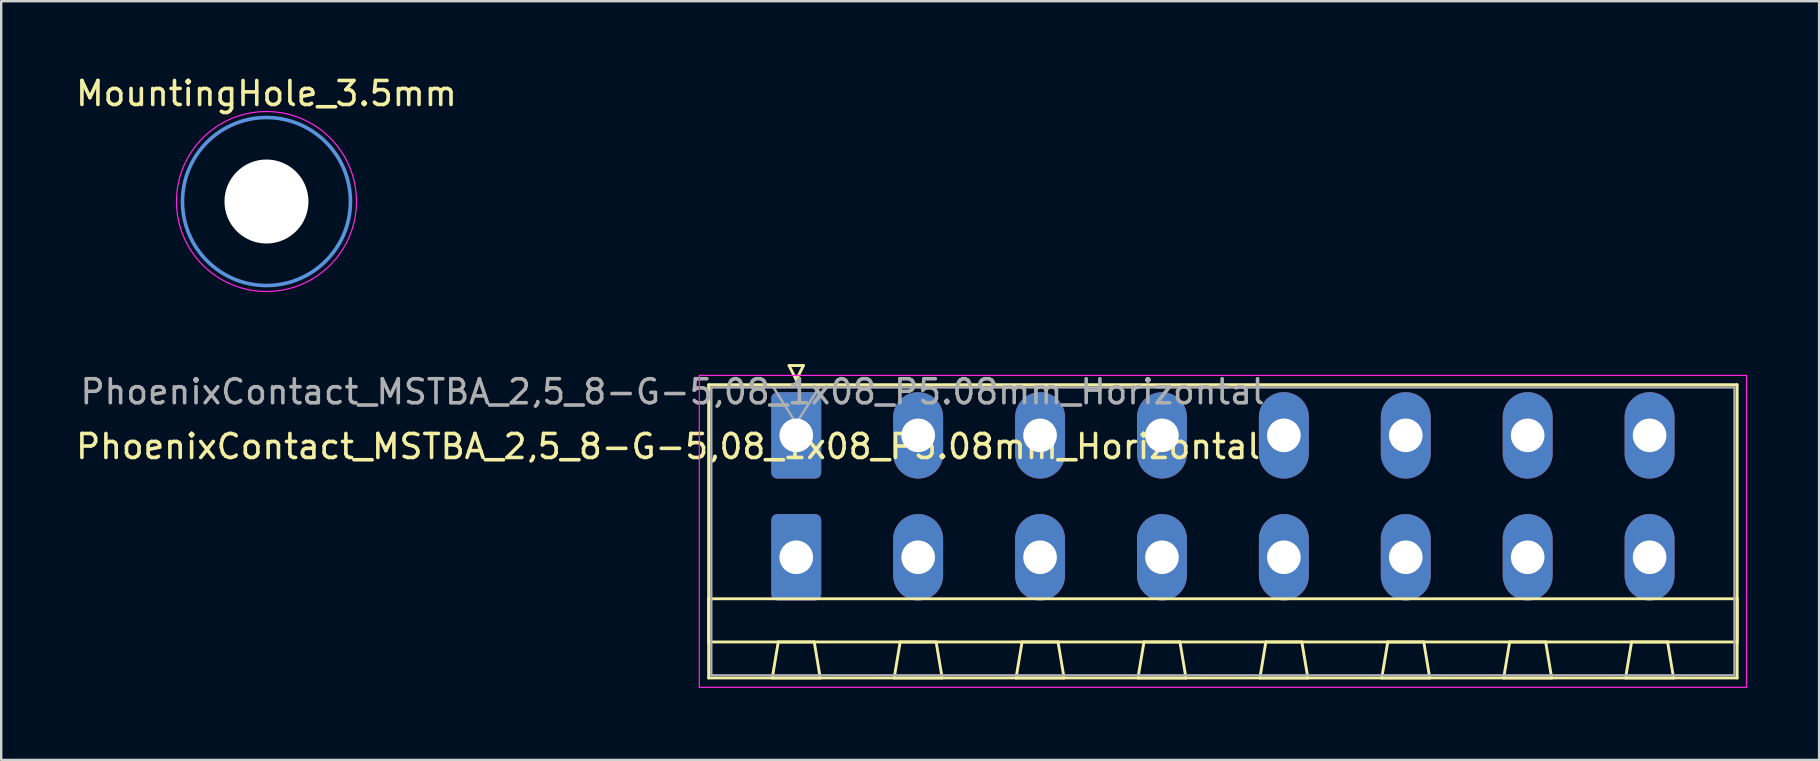
<source format=kicad_pcb>
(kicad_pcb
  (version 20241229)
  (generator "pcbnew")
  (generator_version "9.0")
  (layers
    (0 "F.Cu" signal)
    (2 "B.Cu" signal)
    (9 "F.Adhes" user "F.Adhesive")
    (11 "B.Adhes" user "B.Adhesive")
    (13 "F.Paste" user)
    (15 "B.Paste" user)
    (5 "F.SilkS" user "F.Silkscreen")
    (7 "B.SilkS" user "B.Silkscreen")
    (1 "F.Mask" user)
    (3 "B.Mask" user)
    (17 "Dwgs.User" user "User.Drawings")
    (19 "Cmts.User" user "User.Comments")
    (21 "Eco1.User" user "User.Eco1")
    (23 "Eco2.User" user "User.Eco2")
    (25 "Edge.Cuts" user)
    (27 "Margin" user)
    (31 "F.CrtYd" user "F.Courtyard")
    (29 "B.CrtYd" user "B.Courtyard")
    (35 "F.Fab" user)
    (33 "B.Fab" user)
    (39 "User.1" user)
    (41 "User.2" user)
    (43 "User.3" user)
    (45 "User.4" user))
  (footprint "PhoenixContact_MSTBA_2,5_8-G-5,08_1x08_P5.08mm_Horizontal"
    (layer "F.Cu")
    (at 30.132 15.093)
    (property "Reference" "PhoenixContact_MSTBA_2,5_8-G-5,08_1x08_P5.08mm_Horizontal" (at -5.34 0.465 0) (layer "F.SilkS") (effects (font (size 1 1) (thickness 0.15))))
    (attr through_hole)
    (fp_line (start -3.65 -2.11) (end -3.65 10.11) (stroke (width 0.12) (type solid)) (layer "F.SilkS"))
    (fp_line (start -3.65 6.81) (end 39.21 6.81) (stroke (width 0.12) (type solid)) (layer "F.SilkS"))
    (fp_line (start -3.65 8.61) (end -3.65 6.81) (stroke (width 0.12) (type solid)) (layer "F.SilkS"))
    (fp_line (start -3.65 10.11) (end 39.21 10.11) (stroke (width 0.12) (type solid)) (layer "F.SilkS"))
    (fp_line (start -1 10.11) (end 1 10.11) (stroke (width 0.12) (type solid)) (layer "F.SilkS"))
    (fp_line (start -0.75 8.61) (end -1 10.11) (stroke (width 0.12) (type solid)) (layer "F.SilkS"))
    (fp_line (start -0.3 -2.91) (end 0.3 -2.91) (stroke (width 0.12) (type solid)) (layer "F.SilkS"))
    (fp_line (start 0 -2.31) (end -0.3 -2.91) (stroke (width 0.12) (type solid)) (layer "F.SilkS"))
    (fp_line (start 0.3 -2.91) (end 0 -2.31) (stroke (width 0.12) (type solid)) (layer "F.SilkS"))
    (fp_line (start 0.75 8.61) (end -0.75 8.61) (stroke (width 0.12) (type solid)) (layer "F.SilkS"))
    (fp_line (start 1 10.11) (end 0.75 8.61) (stroke (width 0.12) (type solid)) (layer "F.SilkS"))
    (fp_line (start 4.08 10.11) (end 6.08 10.11) (stroke (width 0.12) (type solid)) (layer "F.SilkS"))
    (fp_line (start 4.33 8.61) (end 4.08 10.11) (stroke (width 0.12) (type solid)) (layer "F.SilkS"))
    (fp_line (start 5.83 8.61) (end 4.33 8.61) (stroke (width 0.12) (type solid)) (layer "F.SilkS"))
    (fp_line (start 6.08 10.11) (end 5.83 8.61) (stroke (width 0.12) (type solid)) (layer "F.SilkS"))
    (fp_line (start 9.16 10.11) (end 11.16 10.11) (stroke (width 0.12) (type solid)) (layer "F.SilkS"))
    (fp_line (start 9.41 8.61) (end 9.16 10.11) (stroke (width 0.12) (type solid)) (layer "F.SilkS"))
    (fp_line (start 10.91 8.61) (end 9.41 8.61) (stroke (width 0.12) (type solid)) (layer "F.SilkS"))
    (fp_line (start 11.16 10.11) (end 10.91 8.61) (stroke (width 0.12) (type solid)) (layer "F.SilkS"))
    (fp_line (start 14.24 10.11) (end 16.24 10.11) (stroke (width 0.12) (type solid)) (layer "F.SilkS"))
    (fp_line (start 14.49 8.61) (end 14.24 10.11) (stroke (width 0.12) (type solid)) (layer "F.SilkS"))
    (fp_line (start 15.99 8.61) (end 14.49 8.61) (stroke (width 0.12) (type solid)) (layer "F.SilkS"))
    (fp_line (start 16.24 10.11) (end 15.99 8.61) (stroke (width 0.12) (type solid)) (layer "F.SilkS"))
    (fp_line (start 19.32 10.11) (end 21.32 10.11) (stroke (width 0.12) (type solid)) (layer "F.SilkS"))
    (fp_line (start 19.57 8.61) (end 19.32 10.11) (stroke (width 0.12) (type solid)) (layer "F.SilkS"))
    (fp_line (start 21.07 8.61) (end 19.57 8.61) (stroke (width 0.12) (type solid)) (layer "F.SilkS"))
    (fp_line (start 21.32 10.11) (end 21.07 8.61) (stroke (width 0.12) (type solid)) (layer "F.SilkS"))
    (fp_line (start 24.4 10.11) (end 26.4 10.11) (stroke (width 0.12) (type solid)) (layer "F.SilkS"))
    (fp_line (start 24.65 8.61) (end 24.4 10.11) (stroke (width 0.12) (type solid)) (layer "F.SilkS"))
    (fp_line (start 26.15 8.61) (end 24.65 8.61) (stroke (width 0.12) (type solid)) (layer "F.SilkS"))
    (fp_line (start 26.4 10.11) (end 26.15 8.61) (stroke (width 0.12) (type solid)) (layer "F.SilkS"))
    (fp_line (start 29.48 10.11) (end 31.48 10.11) (stroke (width 0.12) (type solid)) (layer "F.SilkS"))
    (fp_line (start 29.73 8.61) (end 29.48 10.11) (stroke (width 0.12) (type solid)) (layer "F.SilkS"))
    (fp_line (start 31.23 8.61) (end 29.73 8.61) (stroke (width 0.12) (type solid)) (layer "F.SilkS"))
    (fp_line (start 31.48 10.11) (end 31.23 8.61) (stroke (width 0.12) (type solid)) (layer "F.SilkS"))
    (fp_line (start 34.56 10.11) (end 36.56 10.11) (stroke (width 0.12) (type solid)) (layer "F.SilkS"))
    (fp_line (start 34.81 8.61) (end 34.56 10.11) (stroke (width 0.12) (type solid)) (layer "F.SilkS"))
    (fp_line (start 36.31 8.61) (end 34.81 8.61) (stroke (width 0.12) (type solid)) (layer "F.SilkS"))
    (fp_line (start 36.56 10.11) (end 36.31 8.61) (stroke (width 0.12) (type solid)) (layer "F.SilkS"))
    (fp_line (start 39.21 -2.11) (end -3.65 -2.11) (stroke (width 0.12) (type solid)) (layer "F.SilkS"))
    (fp_line (start 39.21 6.81) (end 39.21 8.61) (stroke (width 0.12) (type solid)) (layer "F.SilkS"))
    (fp_line (start 39.21 8.61) (end -3.65 8.61) (stroke (width 0.12) (type solid)) (layer "F.SilkS"))
    (fp_line (start 39.21 10.11) (end 39.21 -2.11) (stroke (width 0.12) (type solid)) (layer "F.SilkS"))
    (fp_line (start -4.04 -2.5) (end -4.04 10.5) (stroke (width 0.05) (type solid)) (layer "F.CrtYd"))
    (fp_line (start -4.04 10.5) (end 39.6 10.5) (stroke (width 0.05) (type solid)) (layer "F.CrtYd"))
    (fp_line (start 39.6 -2.5) (end -4.04 -2.5) (stroke (width 0.05) (type solid)) (layer "F.CrtYd"))
    (fp_line (start 39.6 10.5) (end 39.6 -2.5) (stroke (width 0.05) (type solid)) (layer "F.CrtYd"))
    (fp_line (start -3.54 -2) (end -3.54 10) (stroke (width 0.1) (type solid)) (layer "F.Fab"))
    (fp_line (start -3.54 10) (end 39.1 10) (stroke (width 0.1) (type solid)) (layer "F.Fab"))
    (fp_line (start 0 -0.5) (end -0.95 -2) (stroke (width 0.1) (type solid)) (layer "F.Fab"))
    (fp_line (start 0.95 -2) (end 0 -0.5) (stroke (width 0.1) (type solid)) (layer "F.Fab"))
    (fp_line (start 39.1 -2) (end -3.54 -2) (stroke (width 0.1) (type solid)) (layer "F.Fab"))
    (fp_line (start 39.1 10) (end 39.1 -2) (stroke (width 0.1) (type solid)) (layer "F.Fab"))
    (fp_text user "${REFERENCE}" (at -5.156 -1.816 0) (layer "F.Fab") (effects (font (size 1 1) (thickness 0.15))))
    (pad "1" thru_hole roundrect (at 0 0) (size 2.08 3.6) (drill 1.4) (layers "*.Cu" "*.Mask") (roundrect_rratio 0.12))
    (pad "1" thru_hole roundrect (at 0 5.08) (size 2.08 3.6) (drill 1.4) (layers "*.Cu" "*.Mask") (roundrect_rratio 0.12))
    (pad "2" thru_hole oval (at 5.08 0) (size 2.08 3.6) (drill 1.4) (layers "*.Cu" "*.Mask"))
    (pad "2" thru_hole oval (at 5.08 5.08) (size 2.08 3.6) (drill 1.4) (layers "*.Cu" "*.Mask"))
    (pad "3" thru_hole oval (at 10.16 0) (size 2.08 3.6) (drill 1.4) (layers "*.Cu" "*.Mask"))
    (pad "3" thru_hole oval (at 10.16 5.08) (size 2.08 3.6) (drill 1.4) (layers "*.Cu" "*.Mask"))
    (pad "4" thru_hole oval (at 15.24 0) (size 2.08 3.6) (drill 1.4) (layers "*.Cu" "*.Mask"))
    (pad "4" thru_hole oval (at 15.24 5.08) (size 2.08 3.6) (drill 1.4) (layers "*.Cu" "*.Mask"))
    (pad "5" thru_hole oval (at 20.32 0) (size 2.08 3.6) (drill 1.4) (layers "*.Cu" "*.Mask"))
    (pad "5" thru_hole oval (at 20.32 5.08) (size 2.08 3.6) (drill 1.4) (layers "*.Cu" "*.Mask"))
    (pad "6" thru_hole oval (at 25.4 0) (size 2.08 3.6) (drill 1.4) (layers "*.Cu" "*.Mask"))
    (pad "6" thru_hole oval (at 25.4 5.08) (size 2.08 3.6) (drill 1.4) (layers "*.Cu" "*.Mask"))
    (pad "7" thru_hole oval (at 30.48 0) (size 2.08 3.6) (drill 1.4) (layers "*.Cu" "*.Mask"))
    (pad "7" thru_hole oval (at 30.48 5.08) (size 2.08 3.6) (drill 1.4) (layers "*.Cu" "*.Mask"))
    (pad "8" thru_hole oval (at 35.56 0) (size 2.08 3.6) (drill 1.4) (layers "*.Cu" "*.Mask"))
    (pad "8" thru_hole oval (at 35.56 5.08) (size 2.08 3.6) (drill 1.4) (layers "*.Cu" "*.Mask")))
  (footprint "MountingHole_3.5mm"
    (layer "F.Cu")
    (at 8.054 5.348)
    (property "Reference" "MountingHole_3.5mm" (at 0 -4.5 0) (layer "F.SilkS") (effects (font (size 1 1) (thickness 0.15))))
    (attr exclude_from_pos_files exclude_from_bom)
    (fp_circle (center 0 0) (end 3.5 0) (stroke (width 0.15) (type solid)) (fill no) (layer "Cmts.User"))
    (fp_circle (center 0 0) (end 3.75 0) (stroke (width 0.05) (type solid)) (fill no) (layer "F.CrtYd"))
    (pad "" np_thru_hole circle (at 0 0) (size 3.5 3.5) (drill 3.5) (layers "*.Cu" "*.Mask")))
  (gr_rect
    (start -3 -3)
    (end 72.757 28.618)
    (stroke (width 0.1) (type default))
    (fill no)
    (layer "Edge.Cuts")))
</source>
